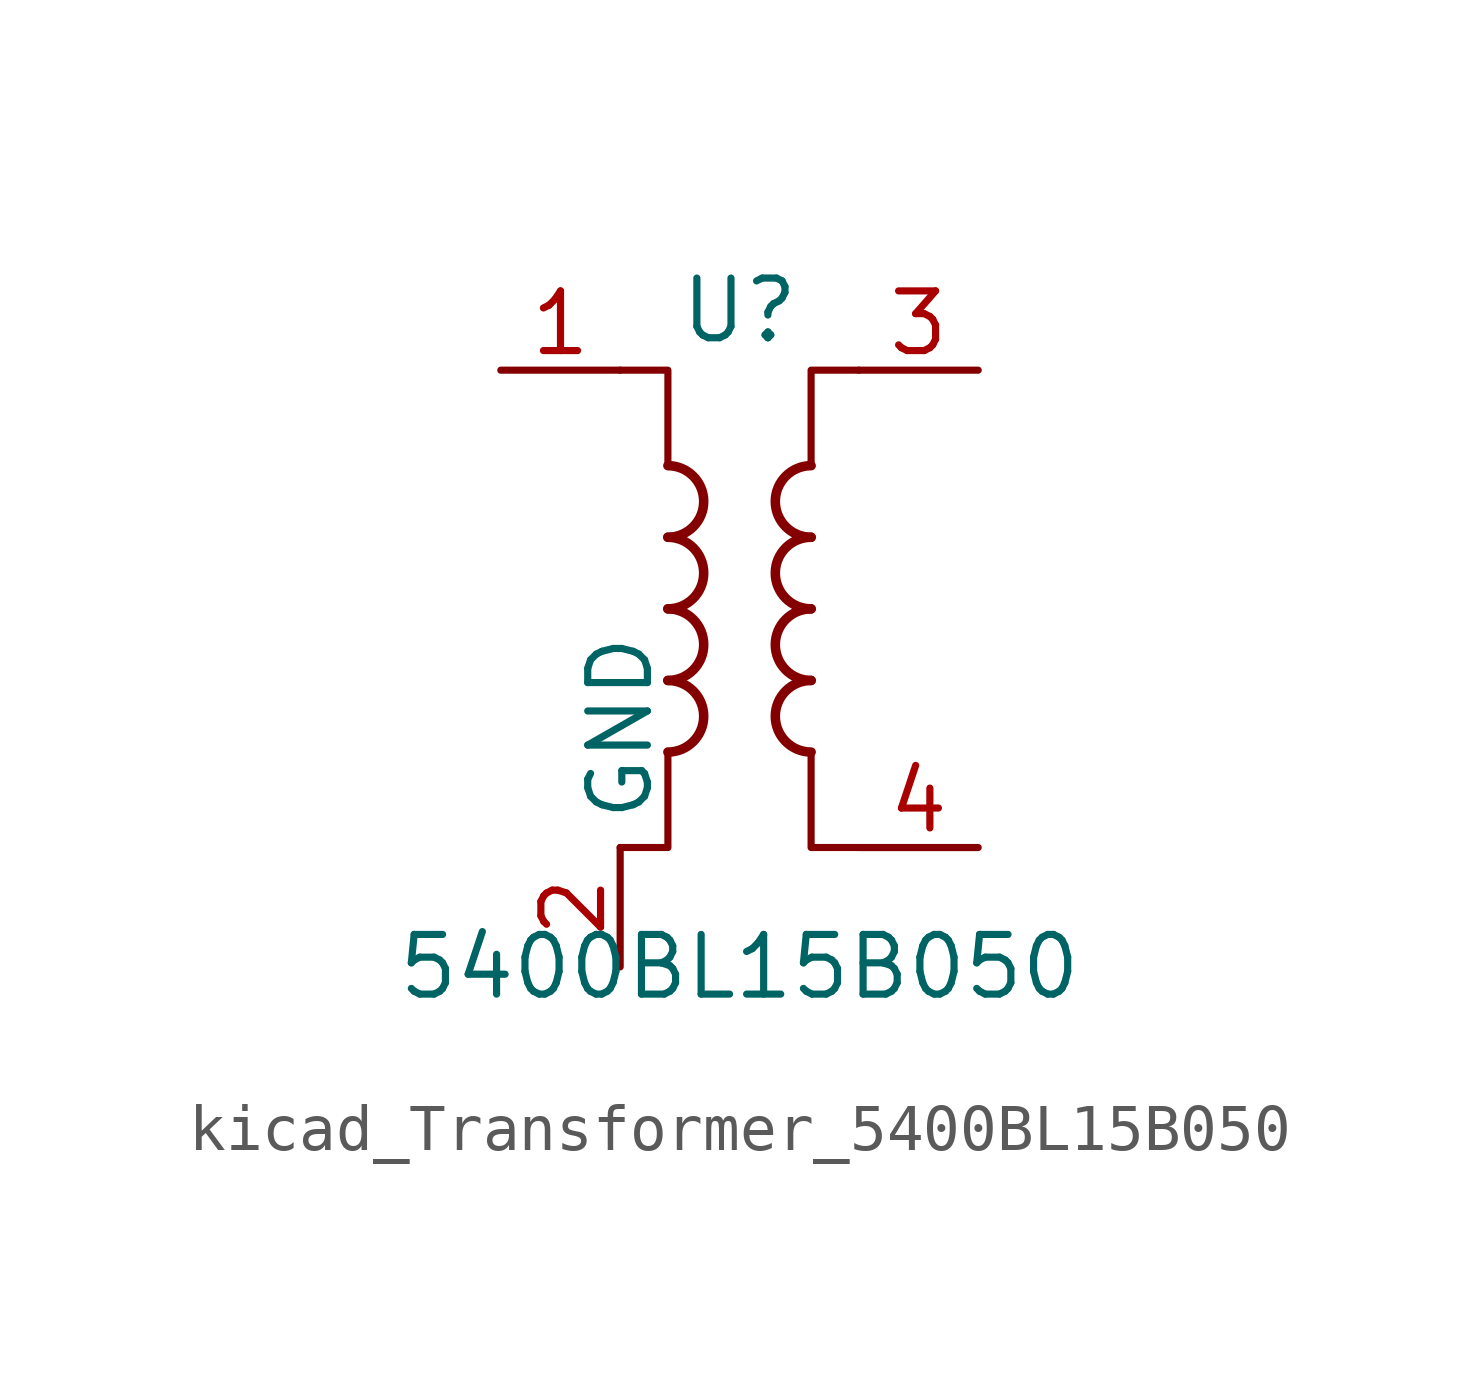
<source format=kicad_sym>
(kicad_symbol_lib
  (version 20220914)
  (generator kicad_symbol_editor)
  (symbol "kicad_Transformer_5400BL15B050"
    (property "Reference" "U"
      (at 0 6.35 0)
      (effects (font (size 1.27 1.27))))
    (property "Value" "5400BL15B050"
      (at 0 -7.62 0)
      (effects (font (size 1.27 1.27))))
    (symbol "kicad_Transformer_5400BL15B050_1_1"
      (arc (start -1.524 -3.048) (mid -0.7653 -2.286) (end -1.524 -1.524) (stroke (width 0.2032) (type default)) (fill (type none)))
      (arc (start -1.524 -1.524) (mid -0.7653 -0.762) (end -1.524 0) (stroke (width 0.2032) (type default)) (fill (type none)))
      (arc (start -1.524 0) (mid -0.7653 0.762) (end -1.524 1.524) (stroke (width 0.2032) (type default)) (fill (type none)))
      (arc (start -1.524 1.524) (mid -0.7653 2.286) (end -1.524 3.048) (stroke (width 0.2032) (type default)) (fill (type none)))
      (polyline (pts (xy -2.54 5.08) (xy -1.524 5.08) (xy -1.524 3.048)) (stroke (width 0.152) (type default)) (fill (type none)))
      (polyline (pts (xy -1.524 -3.048) (xy -1.524 -5.08) (xy -2.54 -5.08)) (stroke (width 0.152) (type default)) (fill (type none)))
      (polyline (pts (xy 1.524 3.048) (xy 1.524 5.08) (xy 2.54 5.08)) (stroke (width 0.152) (type default)) (fill (type none)))
      (polyline (pts (xy 2.54 -5.08) (xy 1.524 -5.08) (xy 1.524 -3.048)) (stroke (width 0.152) (type default)) (fill (type none)))
      (arc (start 1.524 -1.524) (mid 0.7653 -2.286) (end 1.524 -3.048) (stroke (width 0.2032) (type default)) (fill (type none)))
      (arc (start 1.524 0) (mid 0.7653 -0.762) (end 1.524 -1.524) (stroke (width 0.2032) (type default)) (fill (type none)))
      (arc (start 1.524 1.524) (mid 0.7653 0.762) (end 1.524 0) (stroke (width 0.2032) (type default)) (fill (type none)))
      (arc (start 1.524 3.048) (mid 0.7653 2.286) (end 1.524 1.524) (stroke (width 0.2032) (type default)) (fill (type none)))
      (pin passive line (at -5.08 5.08 0) (length 2.54) (name "~" (effects (font (size 1.27 1.27)))) (number "1" (effects (font (size 1.27 1.27)))))
      (pin power_in line (at -2.54 -7.62 90) (length 2.54) (name "GND" (effects (font (size 1.27 1.27)))) (number "2" (effects (font (size 1.27 1.27)))))
      (pin passive line (at 5.08 5.08 180) (length 2.54) (name "~" (effects (font (size 1.27 1.27)))) (number "3" (effects (font (size 1.27 1.27)))))
      (pin passive line (at 5.08 -5.08 180) (length 2.54) (name "~" (effects (font (size 1.27 1.27)))) (number "4" (effects (font (size 1.27 1.27)))))
      (pin passive line (at -2.54 -7.62 90) (length 2.54) hide (name "GND" (effects (font (size 1.27 1.27)))) (number "5" (effects (font (size 1.27 1.27)))))
      (pin no_connect line (at 2.54 0 180) (length 2.54) hide (name "NC" (effects (font (size 1.27 1.27)))) (number "6" (effects (font (size 1.27 1.27))))))))
</source>
